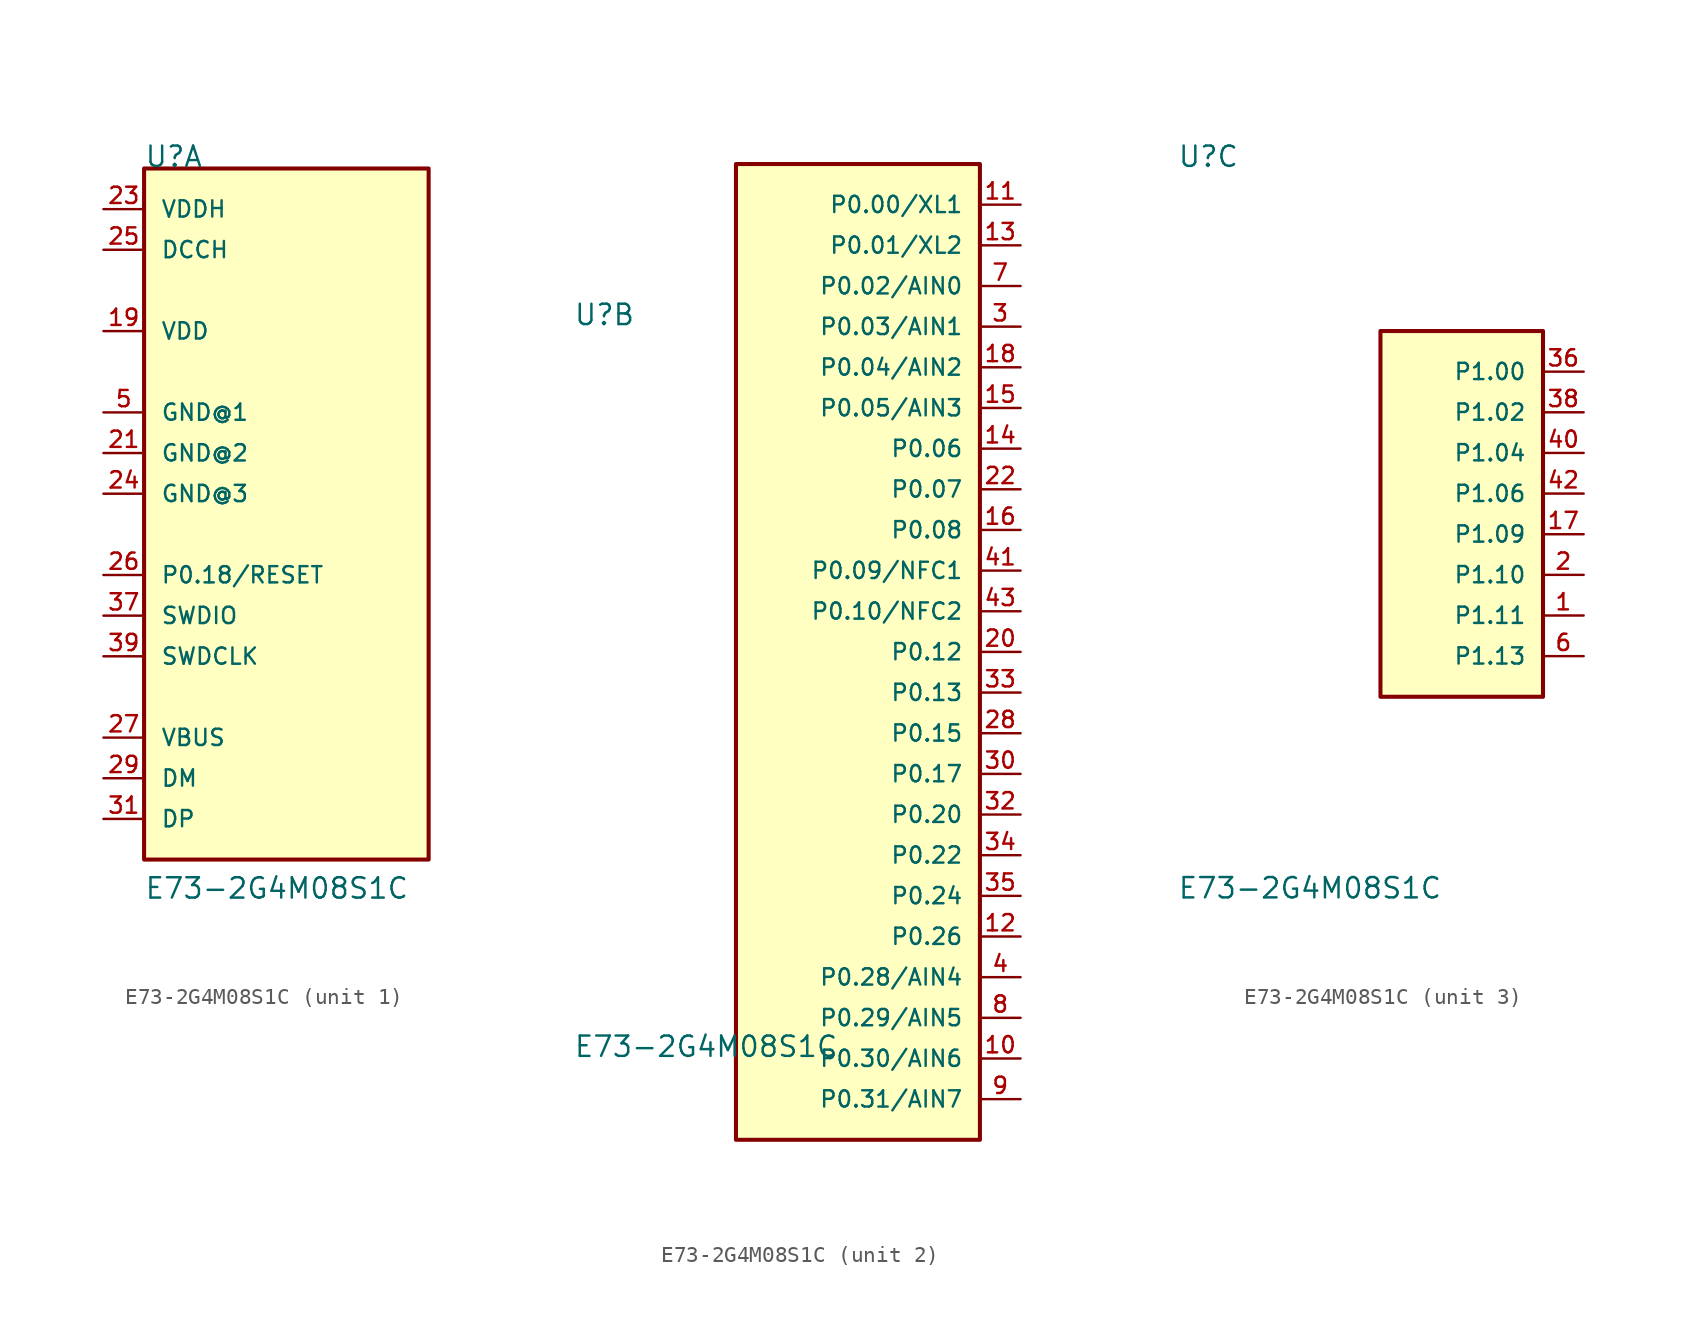
<source format=kicad_sym>
(kicad_symbol_lib
  (version 20211014)
  (generator kicad_symbol_editor)
  (symbol "E73-2G4M08S1C"
    (pin_names
      (offset 1.016))
    (property "Reference" "U"
      (at -15.24 20.32 0)
      (effects (font (size 1.27 1.27)) (justify bottom left)))
    (property "Value" "E73-2G4M08S1C"
      (at -15.24 -25.4 0)
      (effects (font (size 1.27 1.27)) (justify bottom left)))
    (symbol "E73-2G4M08S1C_1_0"
      (rectangle (start -15.24 -22.86) (end 2.54 20.32) (stroke (width 0.254)) (fill (type background)))
      (pin bidirectional line (at -17.78 5.08 0) (length 2.54) (name "GND@1" (effects (font (size 1.016 1.016)))) (number "5" (effects (font (size 1.016 1.016)))))
      (pin bidirectional line (at -17.78 10.16 0) (length 2.54) (name "VDD" (effects (font (size 1.016 1.016)))) (number "19" (effects (font (size 1.016 1.016)))))
      (pin bidirectional line (at -17.78 2.54 0) (length 2.54) (name "GND@2" (effects (font (size 1.016 1.016)))) (number "21" (effects (font (size 1.016 1.016)))))
      (pin bidirectional line (at -17.78 17.78 0) (length 2.54) (name "VDDH" (effects (font (size 1.016 1.016)))) (number "23" (effects (font (size 1.016 1.016)))))
      (pin bidirectional line (at -17.78 0.0 0) (length 2.54) (name "GND@3" (effects (font (size 1.016 1.016)))) (number "24" (effects (font (size 1.016 1.016)))))
      (pin bidirectional line (at -17.78 15.24 0) (length 2.54) (name "DCCH" (effects (font (size 1.016 1.016)))) (number "25" (effects (font (size 1.016 1.016)))))
      (pin bidirectional line (at -17.78 -5.08 0) (length 2.54) (name "P0.18/RESET" (effects (font (size 1.016 1.016)))) (number "26" (effects (font (size 1.016 1.016)))))
      (pin bidirectional line (at -17.78 -15.24 0) (length 2.54) (name "VBUS" (effects (font (size 1.016 1.016)))) (number "27" (effects (font (size 1.016 1.016)))))
      (pin bidirectional line (at -17.78 -17.78 0) (length 2.54) (name "DM" (effects (font (size 1.016 1.016)))) (number "29" (effects (font (size 1.016 1.016)))))
      (pin bidirectional line (at -17.78 -20.32 0) (length 2.54) (name "DP" (effects (font (size 1.016 1.016)))) (number "31" (effects (font (size 1.016 1.016)))))
      (pin bidirectional line (at -17.78 -7.62 0) (length 2.54) (name "SWDIO" (effects (font (size 1.016 1.016)))) (number "37" (effects (font (size 1.016 1.016)))))
      (pin bidirectional line (at -17.78 -10.16 0) (length 2.54) (name "SWDCLK" (effects (font (size 1.016 1.016)))) (number "39" (effects (font (size 1.016 1.016))))))
    (symbol "E73-2G4M08S1C_2_0"
      (rectangle (start -5.08 -30.48) (end 10.16 30.48) (stroke (width 0.254)) (fill (type background)))
      (pin bidirectional line (at 12.7 20.32 180.0) (length 2.54) (name "P0.03/AIN1" (effects (font (size 1.016 1.016)))) (number "3" (effects (font (size 1.016 1.016)))))
      (pin bidirectional line (at 12.7 -20.32 180.0) (length 2.54) (name "P0.28/AIN4" (effects (font (size 1.016 1.016)))) (number "4" (effects (font (size 1.016 1.016)))))
      (pin bidirectional line (at 12.7 22.86 180.0) (length 2.54) (name "P0.02/AIN0" (effects (font (size 1.016 1.016)))) (number "7" (effects (font (size 1.016 1.016)))))
      (pin bidirectional line (at 12.7 -22.86 180.0) (length 2.54) (name "P0.29/AIN5" (effects (font (size 1.016 1.016)))) (number "8" (effects (font (size 1.016 1.016)))))
      (pin bidirectional line (at 12.7 -27.94 180.0) (length 2.54) (name "P0.31/AIN7" (effects (font (size 1.016 1.016)))) (number "9" (effects (font (size 1.016 1.016)))))
      (pin bidirectional line (at 12.7 -25.4 180.0) (length 2.54) (name "P0.30/AIN6" (effects (font (size 1.016 1.016)))) (number "10" (effects (font (size 1.016 1.016)))))
      (pin bidirectional line (at 12.7 27.94 180.0) (length 2.54) (name "P0.00/XL1" (effects (font (size 1.016 1.016)))) (number "11" (effects (font (size 1.016 1.016)))))
      (pin bidirectional line (at 12.7 -17.78 180.0) (length 2.54) (name "P0.26" (effects (font (size 1.016 1.016)))) (number "12" (effects (font (size 1.016 1.016)))))
      (pin bidirectional line (at 12.7 25.4 180.0) (length 2.54) (name "P0.01/XL2" (effects (font (size 1.016 1.016)))) (number "13" (effects (font (size 1.016 1.016)))))
      (pin bidirectional line (at 12.7 12.7 180.0) (length 2.54) (name "P0.06" (effects (font (size 1.016 1.016)))) (number "14" (effects (font (size 1.016 1.016)))))
      (pin bidirectional line (at 12.7 15.24 180.0) (length 2.54) (name "P0.05/AIN3" (effects (font (size 1.016 1.016)))) (number "15" (effects (font (size 1.016 1.016)))))
      (pin bidirectional line (at 12.7 7.62 180.0) (length 2.54) (name "P0.08" (effects (font (size 1.016 1.016)))) (number "16" (effects (font (size 1.016 1.016)))))
      (pin bidirectional line (at 12.7 17.78 180.0) (length 2.54) (name "P0.04/AIN2" (effects (font (size 1.016 1.016)))) (number "18" (effects (font (size 1.016 1.016)))))
      (pin bidirectional line (at 12.7 0.0 180.0) (length 2.54) (name "P0.12" (effects (font (size 1.016 1.016)))) (number "20" (effects (font (size 1.016 1.016)))))
      (pin bidirectional line (at 12.7 10.16 180.0) (length 2.54) (name "P0.07" (effects (font (size 1.016 1.016)))) (number "22" (effects (font (size 1.016 1.016)))))
      (pin bidirectional line (at 12.7 -5.08 180.0) (length 2.54) (name "P0.15" (effects (font (size 1.016 1.016)))) (number "28" (effects (font (size 1.016 1.016)))))
      (pin bidirectional line (at 12.7 -7.62 180.0) (length 2.54) (name "P0.17" (effects (font (size 1.016 1.016)))) (number "30" (effects (font (size 1.016 1.016)))))
      (pin bidirectional line (at 12.7 -10.16 180.0) (length 2.54) (name "P0.20" (effects (font (size 1.016 1.016)))) (number "32" (effects (font (size 1.016 1.016)))))
      (pin bidirectional line (at 12.7 -2.54 180.0) (length 2.54) (name "P0.13" (effects (font (size 1.016 1.016)))) (number "33" (effects (font (size 1.016 1.016)))))
      (pin bidirectional line (at 12.7 -12.7 180.0) (length 2.54) (name "P0.22" (effects (font (size 1.016 1.016)))) (number "34" (effects (font (size 1.016 1.016)))))
      (pin bidirectional line (at 12.7 -15.24 180.0) (length 2.54) (name "P0.24" (effects (font (size 1.016 1.016)))) (number "35" (effects (font (size 1.016 1.016)))))
      (pin bidirectional line (at 12.7 5.08 180.0) (length 2.54) (name "P0.09/NFC1" (effects (font (size 1.016 1.016)))) (number "41" (effects (font (size 1.016 1.016)))))
      (pin bidirectional line (at 12.7 2.54 180.0) (length 2.54) (name "P0.10/NFC2" (effects (font (size 1.016 1.016)))) (number "43" (effects (font (size 1.016 1.016))))))
    (symbol "E73-2G4M08S1C_3_0"
      (rectangle (start -2.54 -12.7) (end 7.62 10.16) (stroke (width 0.254)) (fill (type background)))
      (pin bidirectional line (at 10.16 -7.62 180.0) (length 2.54) (name "P1.11" (effects (font (size 1.016 1.016)))) (number "1" (effects (font (size 1.016 1.016)))))
      (pin bidirectional line (at 10.16 -5.08 180.0) (length 2.54) (name "P1.10" (effects (font (size 1.016 1.016)))) (number "2" (effects (font (size 1.016 1.016)))))
      (pin bidirectional line (at 10.16 -10.16 180.0) (length 2.54) (name "P1.13" (effects (font (size 1.016 1.016)))) (number "6" (effects (font (size 1.016 1.016)))))
      (pin bidirectional line (at 10.16 -2.54 180.0) (length 2.54) (name "P1.09" (effects (font (size 1.016 1.016)))) (number "17" (effects (font (size 1.016 1.016)))))
      (pin bidirectional line (at 10.16 7.62 180.0) (length 2.54) (name "P1.00" (effects (font (size 1.016 1.016)))) (number "36" (effects (font (size 1.016 1.016)))))
      (pin bidirectional line (at 10.16 5.08 180.0) (length 2.54) (name "P1.02" (effects (font (size 1.016 1.016)))) (number "38" (effects (font (size 1.016 1.016)))))
      (pin bidirectional line (at 10.16 2.54 180.0) (length 2.54) (name "P1.04" (effects (font (size 1.016 1.016)))) (number "40" (effects (font (size 1.016 1.016)))))
      (pin bidirectional line (at 10.16 0.0 180.0) (length 2.54) (name "P1.06" (effects (font (size 1.016 1.016)))) (number "42" (effects (font (size 1.016 1.016))))))))
</source>
